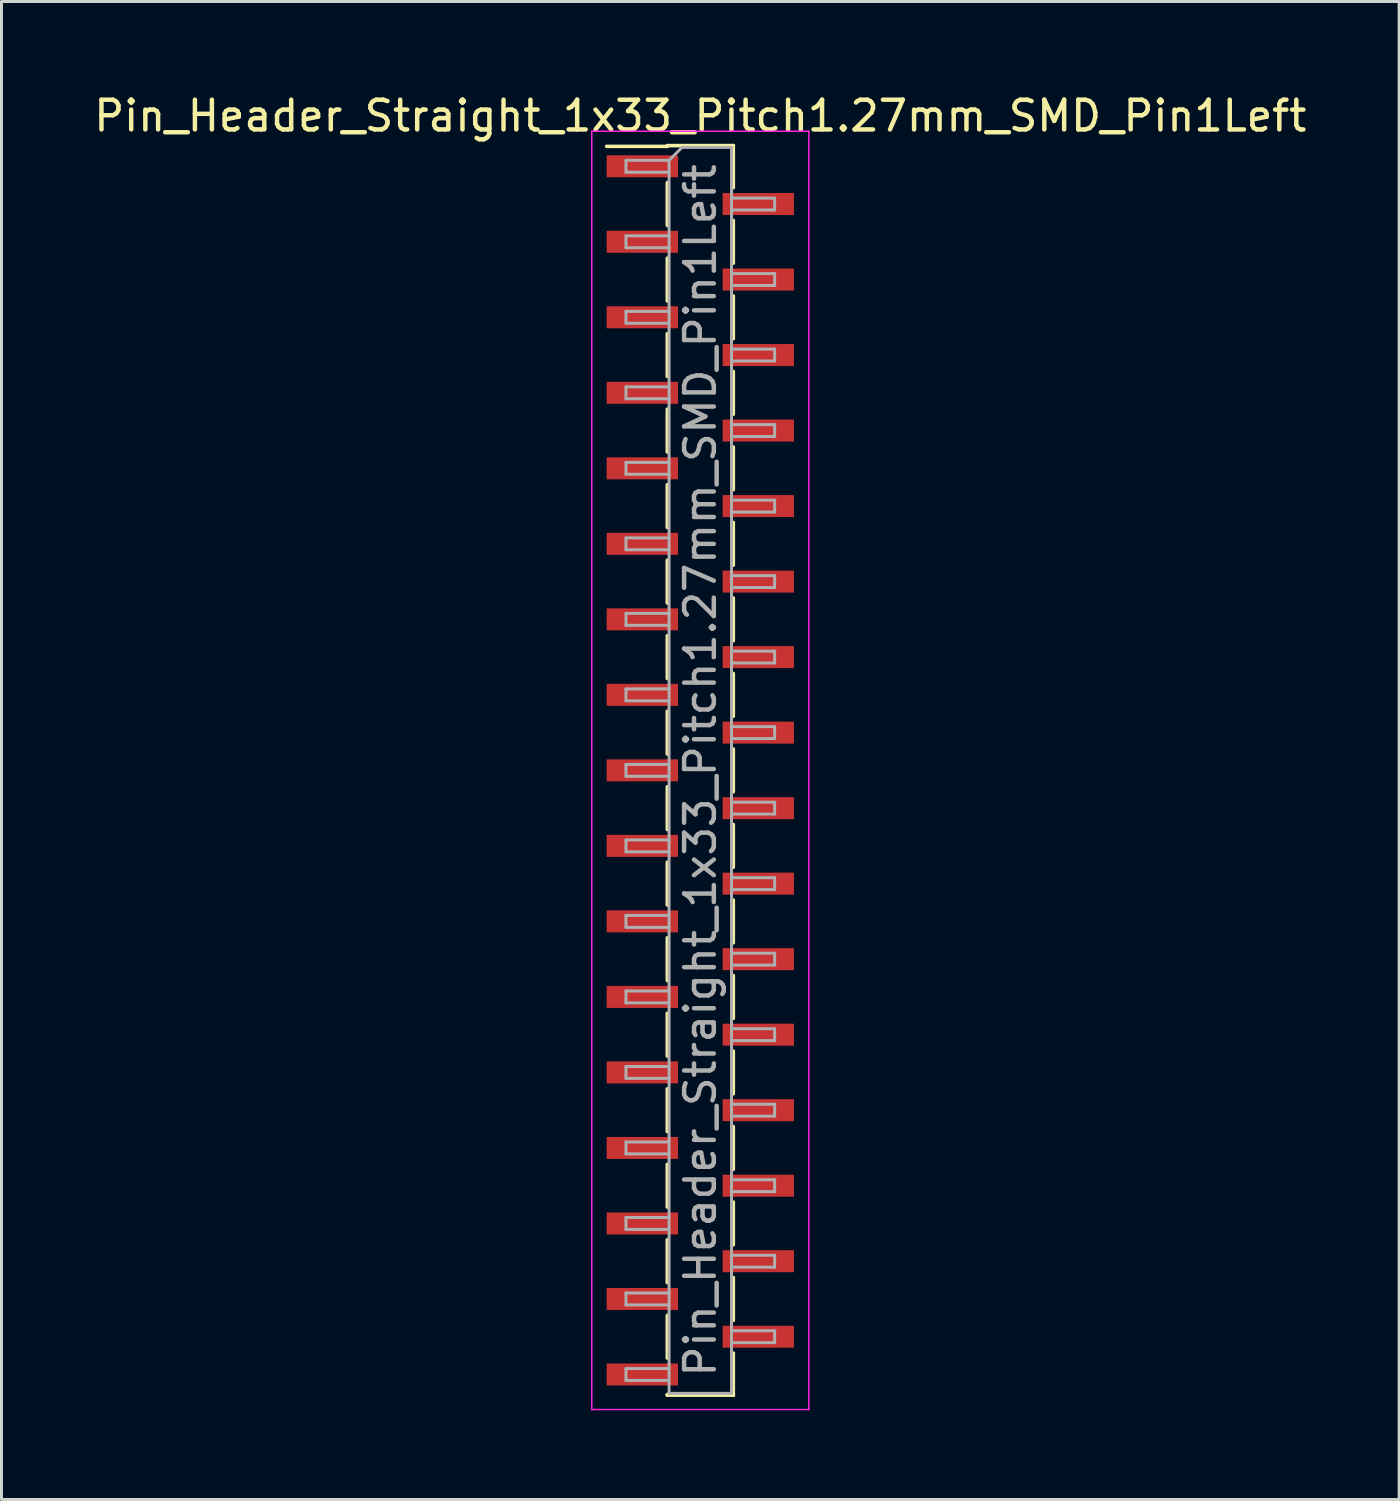
<source format=kicad_pcb>
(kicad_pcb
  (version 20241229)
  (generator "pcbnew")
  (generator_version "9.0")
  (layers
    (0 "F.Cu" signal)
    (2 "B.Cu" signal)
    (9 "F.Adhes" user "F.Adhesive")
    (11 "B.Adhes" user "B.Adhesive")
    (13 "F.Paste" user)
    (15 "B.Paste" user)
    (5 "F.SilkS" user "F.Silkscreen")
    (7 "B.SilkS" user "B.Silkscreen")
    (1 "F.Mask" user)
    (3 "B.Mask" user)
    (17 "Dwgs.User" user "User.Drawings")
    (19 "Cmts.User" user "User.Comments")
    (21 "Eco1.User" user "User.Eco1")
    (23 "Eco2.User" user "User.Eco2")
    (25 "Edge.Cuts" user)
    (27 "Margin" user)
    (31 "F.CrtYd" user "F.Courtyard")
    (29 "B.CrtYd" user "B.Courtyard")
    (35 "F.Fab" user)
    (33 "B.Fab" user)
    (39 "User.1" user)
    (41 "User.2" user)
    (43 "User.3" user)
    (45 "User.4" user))
  (footprint "Pin_Header_Straight_1x33_Pitch1.27mm_SMD_Pin1Left"
    (layer "F.Cu")
    (at 20.506 22.863)
    (property "Reference" "Pin_Header_Straight_1x33_Pitch1.27mm_SMD_Pin1Left" (at 0 -22.015 0) (layer "F.SilkS") (effects (font (size 1 1) (thickness 0.15))))
    (attr smd)
    (fp_line (start -1.11 -21.015) (end 1.11 -21.015) (stroke (width 0.12) (type solid)) (layer "F.SilkS"))
    (fp_line (start -1.11 -20.99) (end -3.15 -20.99) (stroke (width 0.12) (type solid)) (layer "F.SilkS"))
    (fp_line (start -1.11 -20.99) (end -1.11 -21.015) (stroke (width 0.12) (type solid)) (layer "F.SilkS"))
    (fp_line (start -1.11 -19.77) (end -1.11 -18.33) (stroke (width 0.12) (type solid)) (layer "F.SilkS"))
    (fp_line (start -1.11 -17.23) (end -1.11 -15.79) (stroke (width 0.12) (type solid)) (layer "F.SilkS"))
    (fp_line (start -1.11 -14.69) (end -1.11 -13.25) (stroke (width 0.12) (type solid)) (layer "F.SilkS"))
    (fp_line (start -1.11 -12.15) (end -1.11 -10.71) (stroke (width 0.12) (type solid)) (layer "F.SilkS"))
    (fp_line (start -1.11 -9.61) (end -1.11 -8.17) (stroke (width 0.12) (type solid)) (layer "F.SilkS"))
    (fp_line (start -1.11 -7.07) (end -1.11 -5.63) (stroke (width 0.12) (type solid)) (layer "F.SilkS"))
    (fp_line (start -1.11 -4.53) (end -1.11 -3.09) (stroke (width 0.12) (type solid)) (layer "F.SilkS"))
    (fp_line (start -1.11 -1.99) (end -1.11 -0.55) (stroke (width 0.12) (type solid)) (layer "F.SilkS"))
    (fp_line (start -1.11 0.55) (end -1.11 1.99) (stroke (width 0.12) (type solid)) (layer "F.SilkS"))
    (fp_line (start -1.11 3.09) (end -1.11 4.53) (stroke (width 0.12) (type solid)) (layer "F.SilkS"))
    (fp_line (start -1.11 5.63) (end -1.11 7.07) (stroke (width 0.12) (type solid)) (layer "F.SilkS"))
    (fp_line (start -1.11 8.17) (end -1.11 9.61) (stroke (width 0.12) (type solid)) (layer "F.SilkS"))
    (fp_line (start -1.11 10.71) (end -1.11 12.15) (stroke (width 0.12) (type solid)) (layer "F.SilkS"))
    (fp_line (start -1.11 13.25) (end -1.11 14.69) (stroke (width 0.12) (type solid)) (layer "F.SilkS"))
    (fp_line (start -1.11 15.79) (end -1.11 17.23) (stroke (width 0.12) (type solid)) (layer "F.SilkS"))
    (fp_line (start -1.11 18.33) (end -1.11 19.77) (stroke (width 0.12) (type solid)) (layer "F.SilkS"))
    (fp_line (start -1.11 20.99) (end -1.11 21.015) (stroke (width 0.12) (type solid)) (layer "F.SilkS"))
    (fp_line (start -1.11 21.015) (end 1.11 21.015) (stroke (width 0.12) (type solid)) (layer "F.SilkS"))
    (fp_line (start 1.11 -21.015) (end 1.11 -20.99) (stroke (width 0.12) (type solid)) (layer "F.SilkS"))
    (fp_line (start 1.11 -21.015) (end 1.11 -19.6) (stroke (width 0.12) (type solid)) (layer "F.SilkS"))
    (fp_line (start 1.11 -18.5) (end 1.11 -17.06) (stroke (width 0.12) (type solid)) (layer "F.SilkS"))
    (fp_line (start 1.11 -15.96) (end 1.11 -14.52) (stroke (width 0.12) (type solid)) (layer "F.SilkS"))
    (fp_line (start 1.11 -13.42) (end 1.11 -11.98) (stroke (width 0.12) (type solid)) (layer "F.SilkS"))
    (fp_line (start 1.11 -10.88) (end 1.11 -9.44) (stroke (width 0.12) (type solid)) (layer "F.SilkS"))
    (fp_line (start 1.11 -8.34) (end 1.11 -6.9) (stroke (width 0.12) (type solid)) (layer "F.SilkS"))
    (fp_line (start 1.11 -5.8) (end 1.11 -4.36) (stroke (width 0.12) (type solid)) (layer "F.SilkS"))
    (fp_line (start 1.11 -3.26) (end 1.11 -1.82) (stroke (width 0.12) (type solid)) (layer "F.SilkS"))
    (fp_line (start 1.11 -0.72) (end 1.11 0.72) (stroke (width 0.12) (type solid)) (layer "F.SilkS"))
    (fp_line (start 1.11 1.82) (end 1.11 3.26) (stroke (width 0.12) (type solid)) (layer "F.SilkS"))
    (fp_line (start 1.11 4.36) (end 1.11 5.8) (stroke (width 0.12) (type solid)) (layer "F.SilkS"))
    (fp_line (start 1.11 6.9) (end 1.11 8.34) (stroke (width 0.12) (type solid)) (layer "F.SilkS"))
    (fp_line (start 1.11 9.44) (end 1.11 10.88) (stroke (width 0.12) (type solid)) (layer "F.SilkS"))
    (fp_line (start 1.11 11.98) (end 1.11 13.42) (stroke (width 0.12) (type solid)) (layer "F.SilkS"))
    (fp_line (start 1.11 14.52) (end 1.11 15.96) (stroke (width 0.12) (type solid)) (layer "F.SilkS"))
    (fp_line (start 1.11 17.06) (end 1.11 18.5) (stroke (width 0.12) (type solid)) (layer "F.SilkS"))
    (fp_line (start 1.11 19.6) (end 1.11 21.015) (stroke (width 0.12) (type solid)) (layer "F.SilkS"))
    (fp_line (start 1.11 21.015) (end 1.11 20.99) (stroke (width 0.12) (type solid)) (layer "F.SilkS"))
    (fp_line (start -3.65 -21.5) (end -3.65 21.5) (stroke (width 0.05) (type solid)) (layer "F.CrtYd"))
    (fp_line (start -3.65 21.5) (end 3.65 21.5) (stroke (width 0.05) (type solid)) (layer "F.CrtYd"))
    (fp_line (start 3.65 -21.5) (end -3.65 -21.5) (stroke (width 0.05) (type solid)) (layer "F.CrtYd"))
    (fp_line (start 3.65 21.5) (end 3.65 -21.5) (stroke (width 0.05) (type solid)) (layer "F.CrtYd"))
    (fp_line (start -2.5 -20.52) (end -2.5 -20.12) (stroke (width 0.1) (type solid)) (layer "F.Fab"))
    (fp_line (start -2.5 -20.12) (end -1.05 -20.12) (stroke (width 0.1) (type solid)) (layer "F.Fab"))
    (fp_line (start -2.5 -17.98) (end -2.5 -17.58) (stroke (width 0.1) (type solid)) (layer "F.Fab"))
    (fp_line (start -2.5 -17.58) (end -1.05 -17.58) (stroke (width 0.1) (type solid)) (layer "F.Fab"))
    (fp_line (start -2.5 -15.44) (end -2.5 -15.04) (stroke (width 0.1) (type solid)) (layer "F.Fab"))
    (fp_line (start -2.5 -15.04) (end -1.05 -15.04) (stroke (width 0.1) (type solid)) (layer "F.Fab"))
    (fp_line (start -2.5 -12.9) (end -2.5 -12.5) (stroke (width 0.1) (type solid)) (layer "F.Fab"))
    (fp_line (start -2.5 -12.5) (end -1.05 -12.5) (stroke (width 0.1) (type solid)) (layer "F.Fab"))
    (fp_line (start -2.5 -10.36) (end -2.5 -9.96) (stroke (width 0.1) (type solid)) (layer "F.Fab"))
    (fp_line (start -2.5 -9.96) (end -1.05 -9.96) (stroke (width 0.1) (type solid)) (layer "F.Fab"))
    (fp_line (start -2.5 -7.82) (end -2.5 -7.42) (stroke (width 0.1) (type solid)) (layer "F.Fab"))
    (fp_line (start -2.5 -7.42) (end -1.05 -7.42) (stroke (width 0.1) (type solid)) (layer "F.Fab"))
    (fp_line (start -2.5 -5.28) (end -2.5 -4.88) (stroke (width 0.1) (type solid)) (layer "F.Fab"))
    (fp_line (start -2.5 -4.88) (end -1.05 -4.88) (stroke (width 0.1) (type solid)) (layer "F.Fab"))
    (fp_line (start -2.5 -2.74) (end -2.5 -2.34) (stroke (width 0.1) (type solid)) (layer "F.Fab"))
    (fp_line (start -2.5 -2.34) (end -1.05 -2.34) (stroke (width 0.1) (type solid)) (layer "F.Fab"))
    (fp_line (start -2.5 -0.2) (end -2.5 0.2) (stroke (width 0.1) (type solid)) (layer "F.Fab"))
    (fp_line (start -2.5 0.2) (end -1.05 0.2) (stroke (width 0.1) (type solid)) (layer "F.Fab"))
    (fp_line (start -2.5 2.34) (end -2.5 2.74) (stroke (width 0.1) (type solid)) (layer "F.Fab"))
    (fp_line (start -2.5 2.74) (end -1.05 2.74) (stroke (width 0.1) (type solid)) (layer "F.Fab"))
    (fp_line (start -2.5 4.88) (end -2.5 5.28) (stroke (width 0.1) (type solid)) (layer "F.Fab"))
    (fp_line (start -2.5 5.28) (end -1.05 5.28) (stroke (width 0.1) (type solid)) (layer "F.Fab"))
    (fp_line (start -2.5 7.42) (end -2.5 7.82) (stroke (width 0.1) (type solid)) (layer "F.Fab"))
    (fp_line (start -2.5 7.82) (end -1.05 7.82) (stroke (width 0.1) (type solid)) (layer "F.Fab"))
    (fp_line (start -2.5 9.96) (end -2.5 10.36) (stroke (width 0.1) (type solid)) (layer "F.Fab"))
    (fp_line (start -2.5 10.36) (end -1.05 10.36) (stroke (width 0.1) (type solid)) (layer "F.Fab"))
    (fp_line (start -2.5 12.5) (end -2.5 12.9) (stroke (width 0.1) (type solid)) (layer "F.Fab"))
    (fp_line (start -2.5 12.9) (end -1.05 12.9) (stroke (width 0.1) (type solid)) (layer "F.Fab"))
    (fp_line (start -2.5 15.04) (end -2.5 15.44) (stroke (width 0.1) (type solid)) (layer "F.Fab"))
    (fp_line (start -2.5 15.44) (end -1.05 15.44) (stroke (width 0.1) (type solid)) (layer "F.Fab"))
    (fp_line (start -2.5 17.58) (end -2.5 17.98) (stroke (width 0.1) (type solid)) (layer "F.Fab"))
    (fp_line (start -2.5 17.98) (end -1.05 17.98) (stroke (width 0.1) (type solid)) (layer "F.Fab"))
    (fp_line (start -2.5 20.12) (end -2.5 20.52) (stroke (width 0.1) (type solid)) (layer "F.Fab"))
    (fp_line (start -2.5 20.52) (end -1.05 20.52) (stroke (width 0.1) (type solid)) (layer "F.Fab"))
    (fp_line (start -1.05 -20.52) (end -2.5 -20.52) (stroke (width 0.1) (type solid)) (layer "F.Fab"))
    (fp_line (start -1.05 -20.52) (end -0.615 -20.955) (stroke (width 0.1) (type solid)) (layer "F.Fab"))
    (fp_line (start -1.05 -17.98) (end -2.5 -17.98) (stroke (width 0.1) (type solid)) (layer "F.Fab"))
    (fp_line (start -1.05 -15.44) (end -2.5 -15.44) (stroke (width 0.1) (type solid)) (layer "F.Fab"))
    (fp_line (start -1.05 -12.9) (end -2.5 -12.9) (stroke (width 0.1) (type solid)) (layer "F.Fab"))
    (fp_line (start -1.05 -10.36) (end -2.5 -10.36) (stroke (width 0.1) (type solid)) (layer "F.Fab"))
    (fp_line (start -1.05 -7.82) (end -2.5 -7.82) (stroke (width 0.1) (type solid)) (layer "F.Fab"))
    (fp_line (start -1.05 -5.28) (end -2.5 -5.28) (stroke (width 0.1) (type solid)) (layer "F.Fab"))
    (fp_line (start -1.05 -2.74) (end -2.5 -2.74) (stroke (width 0.1) (type solid)) (layer "F.Fab"))
    (fp_line (start -1.05 -0.2) (end -2.5 -0.2) (stroke (width 0.1) (type solid)) (layer "F.Fab"))
    (fp_line (start -1.05 2.34) (end -2.5 2.34) (stroke (width 0.1) (type solid)) (layer "F.Fab"))
    (fp_line (start -1.05 4.88) (end -2.5 4.88) (stroke (width 0.1) (type solid)) (layer "F.Fab"))
    (fp_line (start -1.05 7.42) (end -2.5 7.42) (stroke (width 0.1) (type solid)) (layer "F.Fab"))
    (fp_line (start -1.05 9.96) (end -2.5 9.96) (stroke (width 0.1) (type solid)) (layer "F.Fab"))
    (fp_line (start -1.05 12.5) (end -2.5 12.5) (stroke (width 0.1) (type solid)) (layer "F.Fab"))
    (fp_line (start -1.05 15.04) (end -2.5 15.04) (stroke (width 0.1) (type solid)) (layer "F.Fab"))
    (fp_line (start -1.05 17.58) (end -2.5 17.58) (stroke (width 0.1) (type solid)) (layer "F.Fab"))
    (fp_line (start -1.05 20.12) (end -2.5 20.12) (stroke (width 0.1) (type solid)) (layer "F.Fab"))
    (fp_line (start -1.05 20.955) (end -1.05 -20.52) (stroke (width 0.1) (type solid)) (layer "F.Fab"))
    (fp_line (start -0.615 -20.955) (end 1.05 -20.955) (stroke (width 0.1) (type solid)) (layer "F.Fab"))
    (fp_line (start 1.05 -20.955) (end 1.05 20.955) (stroke (width 0.1) (type solid)) (layer "F.Fab"))
    (fp_line (start 1.05 -19.25) (end 2.5 -19.25) (stroke (width 0.1) (type solid)) (layer "F.Fab"))
    (fp_line (start 1.05 -16.71) (end 2.5 -16.71) (stroke (width 0.1) (type solid)) (layer "F.Fab"))
    (fp_line (start 1.05 -14.17) (end 2.5 -14.17) (stroke (width 0.1) (type solid)) (layer "F.Fab"))
    (fp_line (start 1.05 -11.63) (end 2.5 -11.63) (stroke (width 0.1) (type solid)) (layer "F.Fab"))
    (fp_line (start 1.05 -9.09) (end 2.5 -9.09) (stroke (width 0.1) (type solid)) (layer "F.Fab"))
    (fp_line (start 1.05 -6.55) (end 2.5 -6.55) (stroke (width 0.1) (type solid)) (layer "F.Fab"))
    (fp_line (start 1.05 -4.01) (end 2.5 -4.01) (stroke (width 0.1) (type solid)) (layer "F.Fab"))
    (fp_line (start 1.05 -1.47) (end 2.5 -1.47) (stroke (width 0.1) (type solid)) (layer "F.Fab"))
    (fp_line (start 1.05 1.07) (end 2.5 1.07) (stroke (width 0.1) (type solid)) (layer "F.Fab"))
    (fp_line (start 1.05 3.61) (end 2.5 3.61) (stroke (width 0.1) (type solid)) (layer "F.Fab"))
    (fp_line (start 1.05 6.15) (end 2.5 6.15) (stroke (width 0.1) (type solid)) (layer "F.Fab"))
    (fp_line (start 1.05 8.69) (end 2.5 8.69) (stroke (width 0.1) (type solid)) (layer "F.Fab"))
    (fp_line (start 1.05 11.23) (end 2.5 11.23) (stroke (width 0.1) (type solid)) (layer "F.Fab"))
    (fp_line (start 1.05 13.77) (end 2.5 13.77) (stroke (width 0.1) (type solid)) (layer "F.Fab"))
    (fp_line (start 1.05 16.31) (end 2.5 16.31) (stroke (width 0.1) (type solid)) (layer "F.Fab"))
    (fp_line (start 1.05 18.85) (end 2.5 18.85) (stroke (width 0.1) (type solid)) (layer "F.Fab"))
    (fp_line (start 1.05 20.955) (end -1.05 20.955) (stroke (width 0.1) (type solid)) (layer "F.Fab"))
    (fp_line (start 2.5 -19.25) (end 2.5 -18.85) (stroke (width 0.1) (type solid)) (layer "F.Fab"))
    (fp_line (start 2.5 -18.85) (end 1.05 -18.85) (stroke (width 0.1) (type solid)) (layer "F.Fab"))
    (fp_line (start 2.5 -16.71) (end 2.5 -16.31) (stroke (width 0.1) (type solid)) (layer "F.Fab"))
    (fp_line (start 2.5 -16.31) (end 1.05 -16.31) (stroke (width 0.1) (type solid)) (layer "F.Fab"))
    (fp_line (start 2.5 -14.17) (end 2.5 -13.77) (stroke (width 0.1) (type solid)) (layer "F.Fab"))
    (fp_line (start 2.5 -13.77) (end 1.05 -13.77) (stroke (width 0.1) (type solid)) (layer "F.Fab"))
    (fp_line (start 2.5 -11.63) (end 2.5 -11.23) (stroke (width 0.1) (type solid)) (layer "F.Fab"))
    (fp_line (start 2.5 -11.23) (end 1.05 -11.23) (stroke (width 0.1) (type solid)) (layer "F.Fab"))
    (fp_line (start 2.5 -9.09) (end 2.5 -8.69) (stroke (width 0.1) (type solid)) (layer "F.Fab"))
    (fp_line (start 2.5 -8.69) (end 1.05 -8.69) (stroke (width 0.1) (type solid)) (layer "F.Fab"))
    (fp_line (start 2.5 -6.55) (end 2.5 -6.15) (stroke (width 0.1) (type solid)) (layer "F.Fab"))
    (fp_line (start 2.5 -6.15) (end 1.05 -6.15) (stroke (width 0.1) (type solid)) (layer "F.Fab"))
    (fp_line (start 2.5 -4.01) (end 2.5 -3.61) (stroke (width 0.1) (type solid)) (layer "F.Fab"))
    (fp_line (start 2.5 -3.61) (end 1.05 -3.61) (stroke (width 0.1) (type solid)) (layer "F.Fab"))
    (fp_line (start 2.5 -1.47) (end 2.5 -1.07) (stroke (width 0.1) (type solid)) (layer "F.Fab"))
    (fp_line (start 2.5 -1.07) (end 1.05 -1.07) (stroke (width 0.1) (type solid)) (layer "F.Fab"))
    (fp_line (start 2.5 1.07) (end 2.5 1.47) (stroke (width 0.1) (type solid)) (layer "F.Fab"))
    (fp_line (start 2.5 1.47) (end 1.05 1.47) (stroke (width 0.1) (type solid)) (layer "F.Fab"))
    (fp_line (start 2.5 3.61) (end 2.5 4.01) (stroke (width 0.1) (type solid)) (layer "F.Fab"))
    (fp_line (start 2.5 4.01) (end 1.05 4.01) (stroke (width 0.1) (type solid)) (layer "F.Fab"))
    (fp_line (start 2.5 6.15) (end 2.5 6.55) (stroke (width 0.1) (type solid)) (layer "F.Fab"))
    (fp_line (start 2.5 6.55) (end 1.05 6.55) (stroke (width 0.1) (type solid)) (layer "F.Fab"))
    (fp_line (start 2.5 8.69) (end 2.5 9.09) (stroke (width 0.1) (type solid)) (layer "F.Fab"))
    (fp_line (start 2.5 9.09) (end 1.05 9.09) (stroke (width 0.1) (type solid)) (layer "F.Fab"))
    (fp_line (start 2.5 11.23) (end 2.5 11.63) (stroke (width 0.1) (type solid)) (layer "F.Fab"))
    (fp_line (start 2.5 11.63) (end 1.05 11.63) (stroke (width 0.1) (type solid)) (layer "F.Fab"))
    (fp_line (start 2.5 13.77) (end 2.5 14.17) (stroke (width 0.1) (type solid)) (layer "F.Fab"))
    (fp_line (start 2.5 14.17) (end 1.05 14.17) (stroke (width 0.1) (type solid)) (layer "F.Fab"))
    (fp_line (start 2.5 16.31) (end 2.5 16.71) (stroke (width 0.1) (type solid)) (layer "F.Fab"))
    (fp_line (start 2.5 16.71) (end 1.05 16.71) (stroke (width 0.1) (type solid)) (layer "F.Fab"))
    (fp_line (start 2.5 18.85) (end 2.5 19.25) (stroke (width 0.1) (type solid)) (layer "F.Fab"))
    (fp_line (start 2.5 19.25) (end 1.05 19.25) (stroke (width 0.1) (type solid)) (layer "F.Fab"))
    (fp_text user "${REFERENCE}" (at 0 0 90) (layer "F.Fab") (effects (font (size 1 1) (thickness 0.15))))
    (pad "1" smd rect (at -1.95 -20.32) (size 2.4 0.74) (layers "F.Cu" "F.Mask" "F.Paste"))
    (pad "2" smd rect (at 1.95 -19.05) (size 2.4 0.74) (layers "F.Cu" "F.Mask" "F.Paste"))
    (pad "3" smd rect (at -1.95 -17.78) (size 2.4 0.74) (layers "F.Cu" "F.Mask" "F.Paste"))
    (pad "4" smd rect (at 1.95 -16.51) (size 2.4 0.74) (layers "F.Cu" "F.Mask" "F.Paste"))
    (pad "5" smd rect (at -1.95 -15.24) (size 2.4 0.74) (layers "F.Cu" "F.Mask" "F.Paste"))
    (pad "6" smd rect (at 1.95 -13.97) (size 2.4 0.74) (layers "F.Cu" "F.Mask" "F.Paste"))
    (pad "7" smd rect (at -1.95 -12.7) (size 2.4 0.74) (layers "F.Cu" "F.Mask" "F.Paste"))
    (pad "8" smd rect (at 1.95 -11.43) (size 2.4 0.74) (layers "F.Cu" "F.Mask" "F.Paste"))
    (pad "9" smd rect (at -1.95 -10.16) (size 2.4 0.74) (layers "F.Cu" "F.Mask" "F.Paste"))
    (pad "10" smd rect (at 1.95 -8.89) (size 2.4 0.74) (layers "F.Cu" "F.Mask" "F.Paste"))
    (pad "11" smd rect (at -1.95 -7.62) (size 2.4 0.74) (layers "F.Cu" "F.Mask" "F.Paste"))
    (pad "12" smd rect (at 1.95 -6.35) (size 2.4 0.74) (layers "F.Cu" "F.Mask" "F.Paste"))
    (pad "13" smd rect (at -1.95 -5.08) (size 2.4 0.74) (layers "F.Cu" "F.Mask" "F.Paste"))
    (pad "14" smd rect (at 1.95 -3.81) (size 2.4 0.74) (layers "F.Cu" "F.Mask" "F.Paste"))
    (pad "15" smd rect (at -1.95 -2.54) (size 2.4 0.74) (layers "F.Cu" "F.Mask" "F.Paste"))
    (pad "16" smd rect (at 1.95 -1.27) (size 2.4 0.74) (layers "F.Cu" "F.Mask" "F.Paste"))
    (pad "17" smd rect (at -1.95 0) (size 2.4 0.74) (layers "F.Cu" "F.Mask" "F.Paste"))
    (pad "18" smd rect (at 1.95 1.27) (size 2.4 0.74) (layers "F.Cu" "F.Mask" "F.Paste"))
    (pad "19" smd rect (at -1.95 2.54) (size 2.4 0.74) (layers "F.Cu" "F.Mask" "F.Paste"))
    (pad "20" smd rect (at 1.95 3.81) (size 2.4 0.74) (layers "F.Cu" "F.Mask" "F.Paste"))
    (pad "21" smd rect (at -1.95 5.08) (size 2.4 0.74) (layers "F.Cu" "F.Mask" "F.Paste"))
    (pad "22" smd rect (at 1.95 6.35) (size 2.4 0.74) (layers "F.Cu" "F.Mask" "F.Paste"))
    (pad "23" smd rect (at -1.95 7.62) (size 2.4 0.74) (layers "F.Cu" "F.Mask" "F.Paste"))
    (pad "24" smd rect (at 1.95 8.89) (size 2.4 0.74) (layers "F.Cu" "F.Mask" "F.Paste"))
    (pad "25" smd rect (at -1.95 10.16) (size 2.4 0.74) (layers "F.Cu" "F.Mask" "F.Paste"))
    (pad "26" smd rect (at 1.95 11.43) (size 2.4 0.74) (layers "F.Cu" "F.Mask" "F.Paste"))
    (pad "27" smd rect (at -1.95 12.7) (size 2.4 0.74) (layers "F.Cu" "F.Mask" "F.Paste"))
    (pad "28" smd rect (at 1.95 13.97) (size 2.4 0.74) (layers "F.Cu" "F.Mask" "F.Paste"))
    (pad "29" smd rect (at -1.95 15.24) (size 2.4 0.74) (layers "F.Cu" "F.Mask" "F.Paste"))
    (pad "30" smd rect (at 1.95 16.51) (size 2.4 0.74) (layers "F.Cu" "F.Mask" "F.Paste"))
    (pad "31" smd rect (at -1.95 17.78) (size 2.4 0.74) (layers "F.Cu" "F.Mask" "F.Paste"))
    (pad "32" smd rect (at 1.95 19.05) (size 2.4 0.74) (layers "F.Cu" "F.Mask" "F.Paste"))
    (pad "33" smd rect (at -1.95 20.32) (size 2.4 0.74) (layers "F.Cu" "F.Mask" "F.Paste")))
  (gr_rect
    (start -3 -3)
    (end 44.012 47.388)
    (stroke (width 0.1) (type default))
    (fill no)
    (layer "Edge.Cuts")))
</source>
